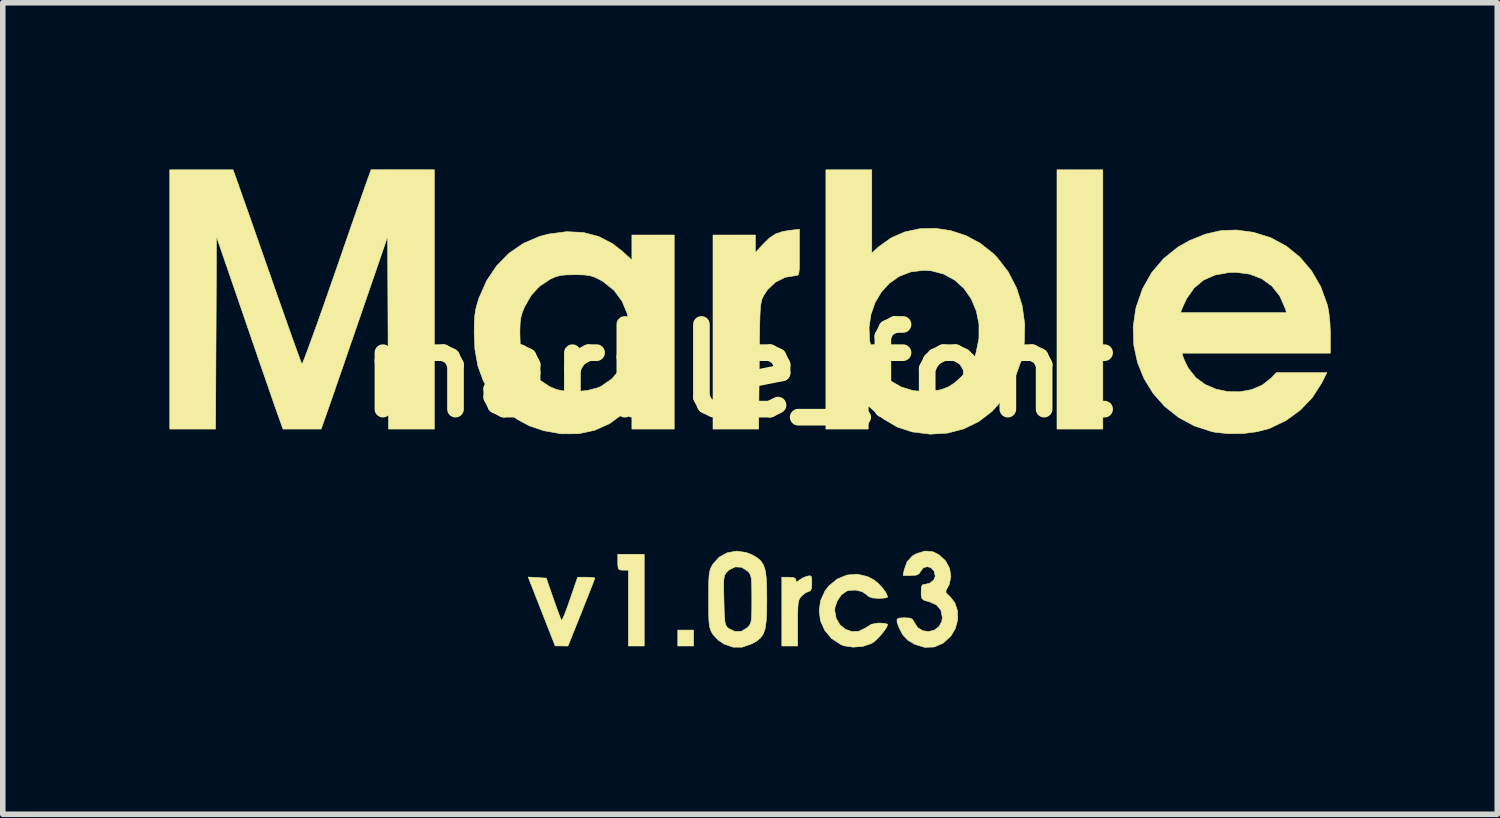
<source format=kicad_pcb>
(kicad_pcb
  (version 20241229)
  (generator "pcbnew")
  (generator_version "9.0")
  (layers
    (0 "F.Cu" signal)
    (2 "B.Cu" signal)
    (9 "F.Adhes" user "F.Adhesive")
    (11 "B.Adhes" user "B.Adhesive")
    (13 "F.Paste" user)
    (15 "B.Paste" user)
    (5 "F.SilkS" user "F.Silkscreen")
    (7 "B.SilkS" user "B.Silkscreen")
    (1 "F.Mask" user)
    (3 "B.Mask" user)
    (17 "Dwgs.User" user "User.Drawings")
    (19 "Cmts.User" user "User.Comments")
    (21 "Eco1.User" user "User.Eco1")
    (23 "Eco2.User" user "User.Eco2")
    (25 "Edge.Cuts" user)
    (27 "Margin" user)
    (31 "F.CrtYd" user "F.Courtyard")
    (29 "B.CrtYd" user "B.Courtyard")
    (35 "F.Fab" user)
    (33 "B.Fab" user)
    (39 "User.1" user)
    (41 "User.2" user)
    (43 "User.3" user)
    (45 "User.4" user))
  (footprint "marble_font"
    (layer "F.Cu")
    (at 10.229 3.625)
    (property "Reference" "marble_font" (at 0 0 0) (layer "F.SilkS") (effects (font (size 1.524 1.524) (thickness 0.3))))
    (attr through_hole)
    (fp_poly (pts (xy -0.794 4.953) (xy -1.079 4.953) (xy -1.079 4.667) (xy -0.794 4.667)) (stroke (width 0.01) (type solid)) (fill yes) (layer "F.SilkS"))
    (fp_poly (pts (xy 6.572 1.048) (xy 5.747 1.048) (xy 5.747 -3.619) (xy 6.572 -3.619)) (stroke (width 0.01) (type solid)) (fill yes) (layer "F.SilkS"))
    (fp_poly (pts (xy -1.683 4.953) (xy -1.968 4.953) (xy -1.968 3.588) (xy -2.064 3.588) (xy -2.122 3.584) (xy -2.15 3.56) (xy -2.158 3.499) (xy -2.159 3.445) (xy -2.159 3.302) (xy -1.683 3.302)) (stroke (width 0.01) (type solid)) (fill yes) (layer "F.SilkS"))
    (fp_poly (pts (xy -3.609 3.721) (xy -3.446 3.731) (xy -3.318 4.102) (xy -3.267 4.245) (xy -3.223 4.366) (xy -3.19 4.452) (xy -3.172 4.491) (xy -3.171 4.491) (xy -3.155 4.47) (xy -3.123 4.399) (xy -3.08 4.288) (xy -3.03 4.148) (xy -3.018 4.112) (xy -2.882 3.715) (xy -2.727 3.715) (xy -2.638 3.718) (xy -2.581 3.725) (xy -2.572 3.731) (xy -2.583 3.763) (xy -2.614 3.846) (xy -2.663 3.97) (xy -2.724 4.125) (xy -2.795 4.304) (xy -2.813 4.35) (xy -3.055 4.953) (xy -3.17 4.952) (xy -3.286 4.952) (xy -3.772 3.712)) (stroke (width 0.01) (type solid)) (fill yes) (layer "F.SilkS"))
    (fp_poly (pts (xy 1.325 3.703) (xy 1.333 3.758) (xy 1.333 3.822) (xy 1.328 3.917) (xy 1.308 3.961) (xy 1.284 3.969) (xy 1.23 3.99) (xy 1.163 4.041) (xy 1.157 4.047) (xy 1.126 4.082) (xy 1.104 4.12) (xy 1.09 4.173) (xy 1.083 4.253) (xy 1.08 4.373) (xy 1.079 4.539) (xy 1.079 4.953) (xy 0.794 4.953) (xy 0.794 3.715) (xy 0.921 3.715) (xy 1.006 3.721) (xy 1.043 3.745) (xy 1.048 3.767) (xy 1.053 3.802) (xy 1.079 3.791) (xy 1.103 3.77) (xy 1.177 3.724) (xy 1.246 3.698) (xy 1.299 3.688)) (stroke (width 0.01) (type solid)) (fill yes) (layer "F.SilkS"))
    (fp_poly (pts (xy 1.111 -2.132) (xy 1.111 -1.962) (xy 1.109 -1.846) (xy 1.103 -1.774) (xy 1.092 -1.734) (xy 1.073 -1.718) (xy 1.046 -1.714) (xy 1.04 -1.714) (xy 0.852 -1.683) (xy 0.68 -1.596) (xy 0.537 -1.461) (xy 0.467 -1.353) (xy 0.448 -1.317) (xy 0.433 -1.279) (xy 0.422 -1.232) (xy 0.412 -1.17) (xy 0.405 -1.086) (xy 0.4 -0.973) (xy 0.396 -0.823) (xy 0.393 -0.631) (xy 0.39 -0.39) (xy 0.387 -0.092) (xy 0.387 -0.087) (xy 0.377 1.048) (xy -0.445 1.048) (xy -0.445 -2.445) (xy 0.318 -2.445) (xy 0.318 -2.129) (xy 0.451 -2.273) (xy 0.571 -2.391) (xy 0.683 -2.465) (xy 0.811 -2.508) (xy 0.934 -2.528) (xy 1.111 -2.549)) (stroke (width 0.01) (type solid)) (fill yes) (layer "F.SilkS"))
    (fp_poly (pts (xy 2.336 3.703) (xy 2.453 3.764) (xy 2.536 3.832) (xy 2.614 3.918) (xy 2.673 4.003) (xy 2.699 4.069) (xy 2.699 4.072) (xy 2.67 4.085) (xy 2.597 4.094) (xy 2.537 4.096) (xy 2.426 4.088) (xy 2.356 4.062) (xy 2.323 4.031) (xy 2.241 3.975) (xy 2.127 3.947) (xy 2.007 3.952) (xy 1.961 3.965) (xy 1.868 4.03) (xy 1.794 4.135) (xy 1.751 4.258) (xy 1.746 4.312) (xy 1.772 4.455) (xy 1.84 4.571) (xy 1.939 4.653) (xy 2.057 4.694) (xy 2.182 4.687) (xy 2.302 4.627) (xy 2.312 4.62) (xy 2.406 4.562) (xy 2.518 4.541) (xy 2.553 4.54) (xy 2.639 4.545) (xy 2.691 4.559) (xy 2.699 4.567) (xy 2.677 4.622) (xy 2.622 4.701) (xy 2.549 4.787) (xy 2.473 4.862) (xy 2.41 4.907) (xy 2.255 4.959) (xy 2.082 4.974) (xy 1.919 4.951) (xy 1.857 4.927) (xy 1.689 4.817) (xy 1.567 4.672) (xy 1.491 4.502) (xy 1.466 4.32) (xy 1.492 4.135) (xy 1.572 3.96) (xy 1.639 3.873) (xy 1.792 3.747) (xy 1.967 3.676) (xy 2.152 3.66)) (stroke (width 0.01) (type solid)) (fill yes) (layer "F.SilkS"))
    (fp_poly (pts (xy 3.515 3.257) (xy 3.623 3.311) (xy 3.741 3.421) (xy 3.814 3.557) (xy 3.837 3.703) (xy 3.807 3.845) (xy 3.784 3.889) (xy 3.749 3.953) (xy 3.75 3.994) (xy 3.793 4.039) (xy 3.815 4.058) (xy 3.908 4.174) (xy 3.956 4.321) (xy 3.959 4.482) (xy 3.916 4.642) (xy 3.835 4.776) (xy 3.695 4.904) (xy 3.536 4.971) (xy 3.364 4.977) (xy 3.191 4.925) (xy 3.06 4.848) (xy 2.968 4.748) (xy 2.906 4.627) (xy 2.869 4.529) (xy 2.867 4.474) (xy 2.907 4.45) (xy 2.994 4.445) (xy 3.001 4.445) (xy 3.094 4.45) (xy 3.144 4.472) (xy 3.173 4.519) (xy 3.174 4.521) (xy 3.239 4.622) (xy 3.331 4.678) (xy 3.435 4.693) (xy 3.537 4.668) (xy 3.621 4.607) (xy 3.673 4.512) (xy 3.683 4.438) (xy 3.658 4.309) (xy 3.582 4.217) (xy 3.454 4.158) (xy 3.443 4.155) (xy 3.357 4.131) (xy 3.316 4.101) (xy 3.303 4.044) (xy 3.302 3.981) (xy 3.306 3.894) (xy 3.323 3.854) (xy 3.363 3.842) (xy 3.379 3.842) (xy 3.465 3.818) (xy 3.532 3.761) (xy 3.556 3.695) (xy 3.534 3.604) (xy 3.48 3.545) (xy 3.409 3.524) (xy 3.341 3.546) (xy 3.296 3.604) (xy 3.263 3.654) (xy 3.21 3.678) (xy 3.118 3.683) (xy 2.977 3.683) (xy 2.997 3.581) (xy 3.049 3.437) (xy 3.142 3.335) (xy 3.217 3.291) (xy 3.372 3.244)) (stroke (width 0.01) (type solid)) (fill yes) (layer "F.SilkS"))
    (fp_poly (pts (xy -5.461 -3.619) (xy -5.461 1.048) (xy -6.286 1.048) (xy -6.294 -0.684) (xy -6.302 -2.415) (xy -6.807 -0.946) (xy -6.911 -0.644) (xy -7.012 -0.352) (xy -7.106 -0.077) (xy -7.193 0.173) (xy -7.268 0.392) (xy -7.331 0.572) (xy -7.378 0.707) (xy -7.406 0.786) (xy -7.499 1.048) (xy -8.185 1.048) (xy -8.279 0.786) (xy -8.308 0.703) (xy -8.356 0.567) (xy -8.419 0.385) (xy -8.495 0.165) (xy -8.582 -0.086) (xy -8.677 -0.362) (xy -8.777 -0.654) (xy -8.877 -0.945) (xy -9.382 -2.414) (xy -9.39 -0.683) (xy -9.399 1.048) (xy -10.223 1.048) (xy -10.223 -3.619) (xy -9.085 -3.619) (xy -9.024 -3.453) (xy -9.002 -3.391) (xy -8.961 -3.275) (xy -8.904 -3.112) (xy -8.832 -2.909) (xy -8.748 -2.67) (xy -8.655 -2.404) (xy -8.554 -2.116) (xy -8.448 -1.812) (xy -8.413 -1.714) (xy -8.308 -1.413) (xy -8.208 -1.13) (xy -8.116 -0.87) (xy -8.035 -0.64) (xy -7.965 -0.445) (xy -7.909 -0.291) (xy -7.87 -0.183) (xy -7.848 -0.127) (xy -7.845 -0.121) (xy -7.831 -0.146) (xy -7.799 -0.225) (xy -7.75 -0.354) (xy -7.687 -0.526) (xy -7.61 -0.737) (xy -7.523 -0.981) (xy -7.427 -1.253) (xy -7.325 -1.546) (xy -7.274 -1.692) (xy -7.166 -2.002) (xy -7.064 -2.298) (xy -6.968 -2.574) (xy -6.881 -2.824) (xy -6.805 -3.042) (xy -6.742 -3.221) (xy -6.695 -3.354) (xy -6.666 -3.437) (xy -6.66 -3.453) (xy -6.599 -3.62) (xy -6.03 -3.62)) (stroke (width 0.01) (type solid)) (fill yes) (layer "F.SilkS"))
    (fp_poly (pts (xy 2.413 -2.12) (xy 2.539 -2.234) (xy 2.761 -2.393) (xy 3.01 -2.501) (xy 3.278 -2.558) (xy 3.557 -2.565) (xy 3.837 -2.523) (xy 4.11 -2.433) (xy 4.367 -2.295) (xy 4.601 -2.11) (xy 4.666 -2.044) (xy 4.869 -1.782) (xy 5.02 -1.489) (xy 5.12 -1.173) (xy 5.166 -0.841) (xy 5.158 -0.502) (xy 5.095 -0.163) (xy 4.976 0.168) (xy 4.958 0.207) (xy 4.79 0.491) (xy 4.582 0.726) (xy 4.341 0.911) (xy 4.071 1.044) (xy 3.777 1.121) (xy 3.465 1.14) (xy 3.143 1.1) (xy 2.869 1.01) (xy 2.621 0.864) (xy 2.509 0.772) (xy 2.349 0.629) (xy 2.349 1.048) (xy 1.587 1.048) (xy 1.587 -0.781) (xy 2.364 -0.781) (xy 2.374 -0.544) (xy 2.431 -0.307) (xy 2.538 -0.076) (xy 2.613 0.038) (xy 2.759 0.185) (xy 2.946 0.292) (xy 3.16 0.357) (xy 3.391 0.376) (xy 3.626 0.346) (xy 3.683 0.331) (xy 3.797 0.286) (xy 3.903 0.218) (xy 4.021 0.112) (xy 4.035 0.097) (xy 4.136 -0.01) (xy 4.203 -0.104) (xy 4.252 -0.209) (xy 4.288 -0.316) (xy 4.342 -0.581) (xy 4.343 -0.837) (xy 4.295 -1.077) (xy 4.204 -1.294) (xy 4.073 -1.482) (xy 3.906 -1.633) (xy 3.708 -1.742) (xy 3.483 -1.801) (xy 3.35 -1.81) (xy 3.116 -1.781) (xy 2.908 -1.701) (xy 2.73 -1.577) (xy 2.583 -1.415) (xy 2.471 -1.224) (xy 2.397 -1.01) (xy 2.364 -0.781) (xy 1.587 -0.781) (xy 1.587 -3.619) (xy 2.413 -3.619)) (stroke (width 0.01) (type solid)) (fill yes) (layer "F.SilkS"))
    (fp_poly (pts (xy 9.271 -2.495) (xy 9.287 -2.492) (xy 9.595 -2.396) (xy 9.875 -2.245) (xy 10.12 -2.046) (xy 10.328 -1.801) (xy 10.493 -1.517) (xy 10.61 -1.197) (xy 10.62 -1.16) (xy 10.643 -1.032) (xy 10.66 -0.866) (xy 10.668 -0.688) (xy 10.668 -0.644) (xy 10.668 -0.318) (xy 7.997 -0.318) (xy 8.018 -0.246) (xy 8.047 -0.176) (xy 8.094 -0.081) (xy 8.118 -0.038) (xy 8.244 0.121) (xy 8.411 0.244) (xy 8.607 0.329) (xy 8.82 0.374) (xy 9.037 0.377) (xy 9.248 0.339) (xy 9.441 0.257) (xy 9.602 0.13) (xy 9.696 0.032) (xy 10.605 0.032) (xy 10.512 0.218) (xy 10.345 0.478) (xy 10.129 0.705) (xy 9.871 0.893) (xy 9.578 1.034) (xy 9.562 1.04) (xy 9.349 1.096) (xy 9.101 1.128) (xy 8.845 1.132) (xy 8.606 1.108) (xy 8.541 1.096) (xy 8.223 0.993) (xy 7.937 0.84) (xy 7.688 0.643) (xy 7.479 0.408) (xy 7.314 0.141) (xy 7.196 -0.151) (xy 7.129 -0.463) (xy 7.118 -0.788) (xy 7.155 -1.048) (xy 7.971 -1.048) (xy 9.879 -1.048) (xy 9.857 -1.119) (xy 9.759 -1.343) (xy 9.618 -1.523) (xy 9.436 -1.656) (xy 9.219 -1.74) (xy 8.97 -1.773) (xy 8.84 -1.769) (xy 8.593 -1.725) (xy 8.385 -1.634) (xy 8.215 -1.491) (xy 8.078 -1.297) (xy 8.001 -1.127) (xy 7.971 -1.048) (xy 7.155 -1.048) (xy 7.166 -1.12) (xy 7.175 -1.156) (xy 7.288 -1.479) (xy 7.452 -1.768) (xy 7.663 -2.017) (xy 7.918 -2.223) (xy 8.132 -2.345) (xy 8.421 -2.461) (xy 8.696 -2.524) (xy 8.974 -2.535)) (stroke (width 0.01) (type solid)) (fill yes) (layer "F.SilkS"))
    (fp_poly (pts (xy 0.154 3.27) (xy 0.254 3.31) (xy 0.346 3.362) (xy 0.414 3.42) (xy 0.463 3.492) (xy 0.495 3.59) (xy 0.513 3.722) (xy 0.522 3.899) (xy 0.524 4.112) (xy 0.522 4.339) (xy 0.512 4.512) (xy 0.493 4.641) (xy 0.46 4.737) (xy 0.41 4.808) (xy 0.34 4.865) (xy 0.254 4.913) (xy 0.081 4.974) (xy -0.085 4.974) (xy -0.245 4.918) (xy -0.354 4.845) (xy -0.442 4.75) (xy -0.452 4.736) (xy -0.479 4.688) (xy -0.498 4.638) (xy -0.511 4.575) (xy -0.519 4.487) (xy -0.523 4.363) (xy -0.524 4.191) (xy -0.524 4.112) (xy -0.523 3.92) (xy -0.523 3.897) (xy -0.253 3.897) (xy -0.25 4.051) (xy -0.248 4.131) (xy -0.244 4.309) (xy -0.238 4.434) (xy -0.23 4.518) (xy -0.216 4.572) (xy -0.197 4.607) (xy -0.168 4.634) (xy -0.163 4.638) (xy -0.052 4.692) (xy 0.065 4.688) (xy 0.171 4.626) (xy 0.176 4.621) (xy 0.207 4.587) (xy 0.229 4.55) (xy 0.243 4.498) (xy 0.25 4.42) (xy 0.253 4.304) (xy 0.254 4.137) (xy 0.254 4.112) (xy 0.253 3.938) (xy 0.251 3.816) (xy 0.244 3.733) (xy 0.231 3.679) (xy 0.211 3.641) (xy 0.181 3.607) (xy 0.176 3.602) (xy 0.071 3.536) (xy -0.043 3.529) (xy -0.152 3.581) (xy -0.178 3.605) (xy -0.21 3.638) (xy -0.232 3.673) (xy -0.245 3.72) (xy -0.252 3.791) (xy -0.253 3.897) (xy -0.523 3.897) (xy -0.521 3.779) (xy -0.515 3.68) (xy -0.504 3.609) (xy -0.488 3.555) (xy -0.463 3.507) (xy -0.448 3.481) (xy -0.334 3.354) (xy -0.187 3.274) (xy -0.02 3.245)) (stroke (width 0.01) (type solid)) (fill yes) (layer "F.SilkS"))
    (fp_poly (pts (xy -2.778 -2.49) (xy -2.502 -2.418) (xy -2.25 -2.287) (xy -2.077 -2.151) (xy -1.905 -1.994) (xy -1.905 -2.445) (xy -1.143 -2.445) (xy -1.143 1.048) (xy -1.905 1.048) (xy -1.905 0.629) (xy -2.066 0.773) (xy -2.308 0.951) (xy -2.575 1.07) (xy -2.864 1.132) (xy -3.172 1.134) (xy -3.486 1.079) (xy -3.751 0.99) (xy -3.976 0.869) (xy -4.184 0.703) (xy -4.238 0.651) (xy -4.435 0.423) (xy -4.58 0.179) (xy -4.678 -0.09) (xy -4.731 -0.394) (xy -4.743 -0.667) (xy -3.921 -0.667) (xy -3.915 -0.483) (xy -3.898 -0.338) (xy -3.876 -0.254) (xy -3.752 -0.029) (xy -3.585 0.153) (xy -3.381 0.287) (xy -3.254 0.339) (xy -3.091 0.37) (xy -2.897 0.374) (xy -2.699 0.352) (xy -2.524 0.306) (xy -2.456 0.277) (xy -2.265 0.144) (xy -2.116 -0.032) (xy -2.01 -0.247) (xy -1.952 -0.494) (xy -1.943 -0.754) (xy -1.986 -1.022) (xy -2.082 -1.254) (xy -2.227 -1.45) (xy -2.422 -1.606) (xy -2.49 -1.645) (xy -2.579 -1.688) (xy -2.663 -1.713) (xy -2.762 -1.726) (xy -2.898 -1.73) (xy -2.937 -1.73) (xy -3.084 -1.727) (xy -3.19 -1.717) (xy -3.274 -1.695) (xy -3.359 -1.657) (xy -3.381 -1.646) (xy -3.57 -1.52) (xy -3.718 -1.358) (xy -3.832 -1.159) (xy -3.876 -1.057) (xy -3.902 -0.967) (xy -3.916 -0.865) (xy -3.921 -0.731) (xy -3.921 -0.667) (xy -4.743 -0.667) (xy -4.743 -0.683) (xy -4.741 -0.86) (xy -4.733 -0.994) (xy -4.716 -1.106) (xy -4.688 -1.214) (xy -4.656 -1.312) (xy -4.519 -1.623) (xy -4.337 -1.893) (xy -4.115 -2.118) (xy -3.857 -2.295) (xy -3.567 -2.419) (xy -3.405 -2.462) (xy -3.079 -2.505)) (stroke (width 0.01) (type solid)) (fill yes) (layer "F.SilkS")))
  (gr_rect
    (start -3 -3)
    (end 23.901 11.607)
    (stroke (width 0.1) (type default))
    (fill no)
    (layer "Edge.Cuts")))
</source>
